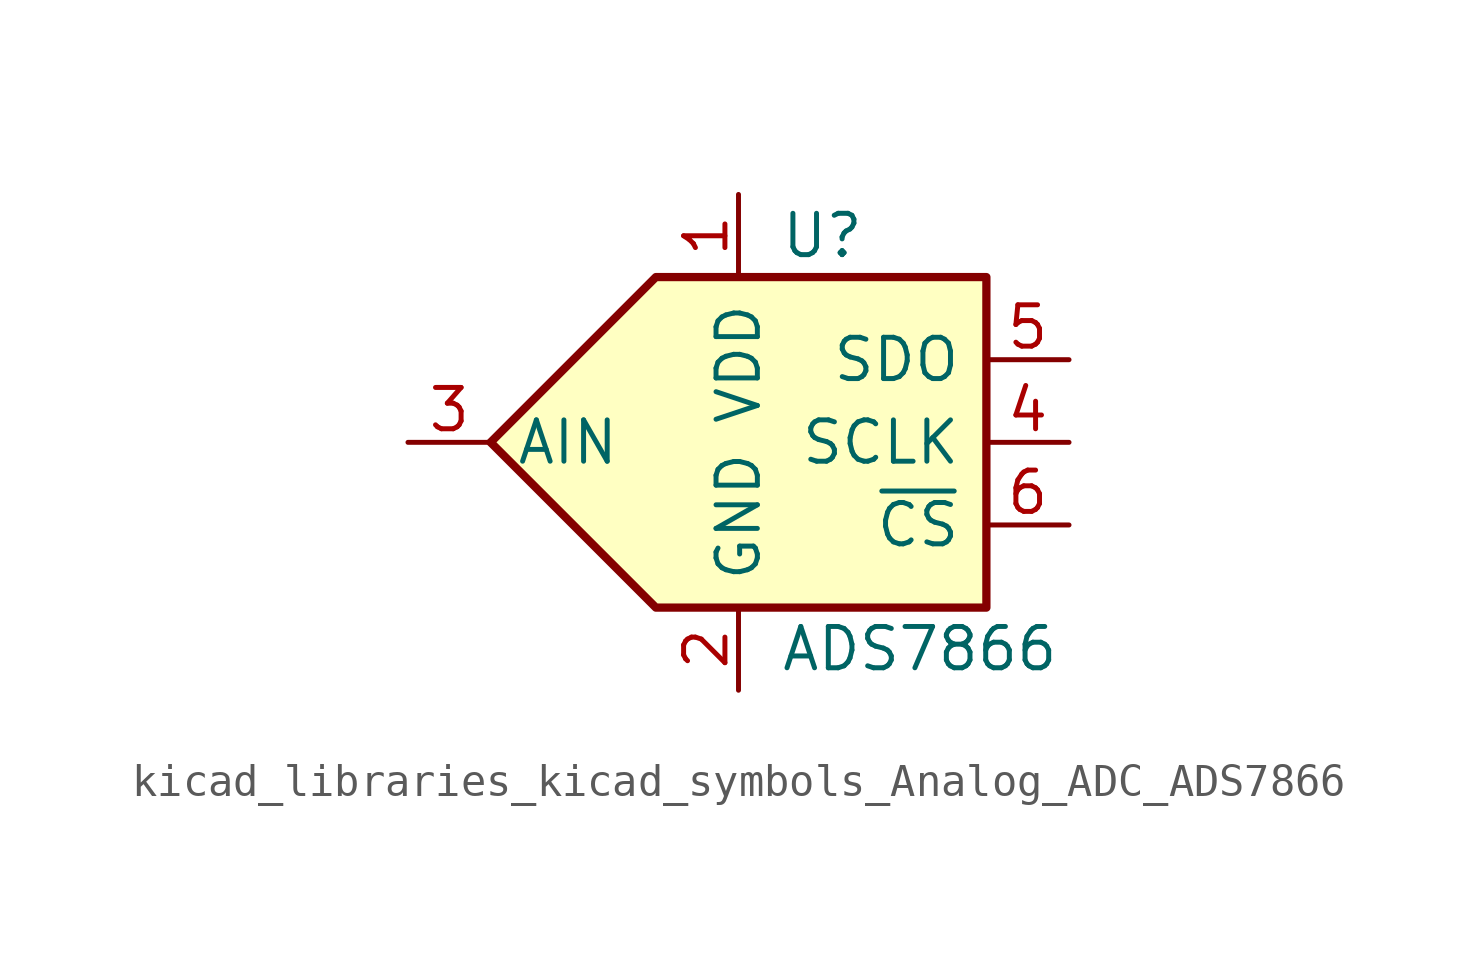
<source format=kicad_sym>
(kicad_symbol_lib
  (version 20220914)
  (generator kicad_symbol_editor)
  (symbol "kicad_libraries_kicad_symbols_Analog_ADC_ADS7866"
    (pin_names
      (offset 0.762))
    (property "Reference" "U"
      (at 1.27 6.35 0)
      (effects (font (size 1.27 1.27)) (justify left)))
    (property "Value" "ADS7866"
      (at 1.27 -6.35 0)
      (effects (font (size 1.27 1.27)) (justify left)))
    (symbol "kicad_libraries_kicad_symbols_Analog_ADC_ADS7866_0_1"
      (polyline (pts (xy -2.54 5.08) (xy 7.62 5.08) (xy 7.62 -5.08) (xy -2.54 -5.08) (xy -7.62 0) (xy -2.54 5.08)) (stroke (width 0.254) (type default)) (fill (type background))))
    (symbol "kicad_libraries_kicad_symbols_Analog_ADC_ADS7866_1_1"
      (pin power_in line (at 0 7.62 270) (length 2.54) (name "VDD" (effects (font (size 1.27 1.27)))) (number "1" (effects (font (size 1.27 1.27)))))
      (pin power_in line (at 0 -7.62 90) (length 2.54) (name "GND" (effects (font (size 1.27 1.27)))) (number "2" (effects (font (size 1.27 1.27)))))
      (pin input line (at -10.16 0 0) (length 2.54) (name "AIN" (effects (font (size 1.27 1.27)))) (number "3" (effects (font (size 1.27 1.27)))))
      (pin input line (at 10.16 0 180) (length 2.54) (name "SCLK" (effects (font (size 1.27 1.27)))) (number "4" (effects (font (size 1.27 1.27)))))
      (pin tri_state line (at 10.16 2.54 180) (length 2.54) (name "SDO" (effects (font (size 1.27 1.27)))) (number "5" (effects (font (size 1.27 1.27)))))
      (pin input line (at 10.16 -2.54 180) (length 2.54) (name "~{CS}" (effects (font (size 1.27 1.27)))) (number "6" (effects (font (size 1.27 1.27))))))))
</source>
